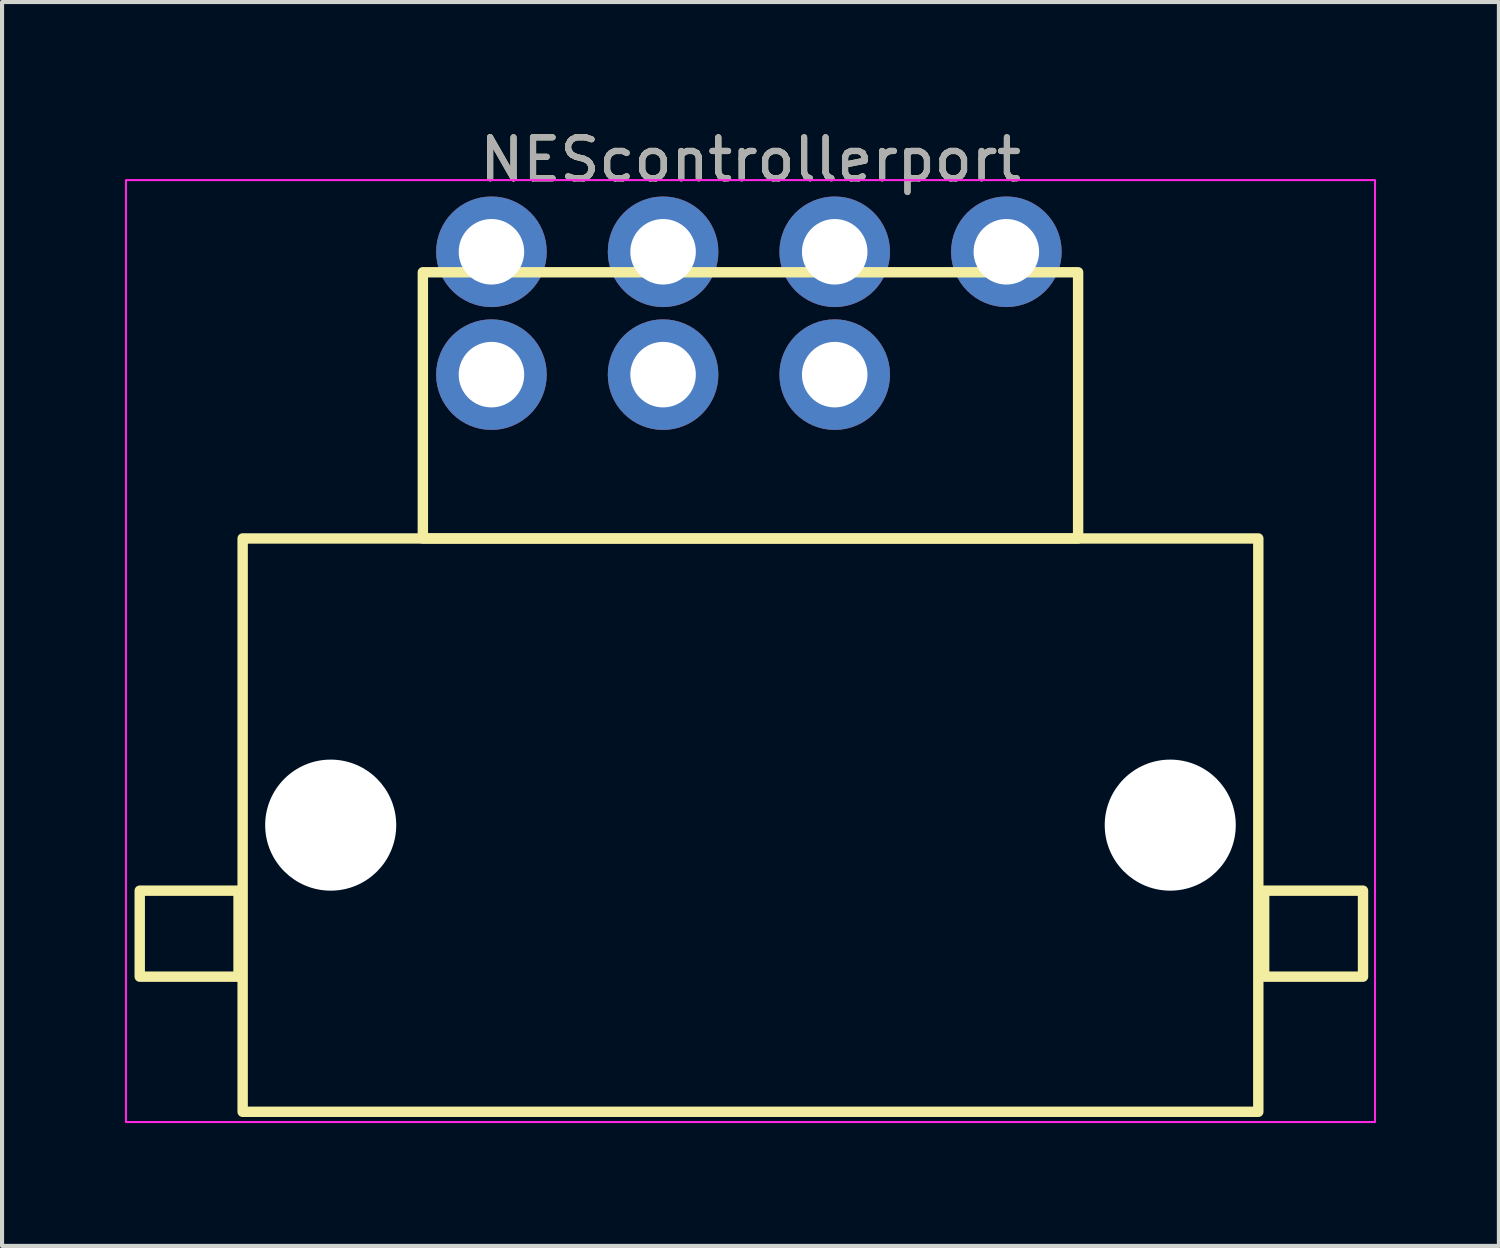
<source format=kicad_pcb>
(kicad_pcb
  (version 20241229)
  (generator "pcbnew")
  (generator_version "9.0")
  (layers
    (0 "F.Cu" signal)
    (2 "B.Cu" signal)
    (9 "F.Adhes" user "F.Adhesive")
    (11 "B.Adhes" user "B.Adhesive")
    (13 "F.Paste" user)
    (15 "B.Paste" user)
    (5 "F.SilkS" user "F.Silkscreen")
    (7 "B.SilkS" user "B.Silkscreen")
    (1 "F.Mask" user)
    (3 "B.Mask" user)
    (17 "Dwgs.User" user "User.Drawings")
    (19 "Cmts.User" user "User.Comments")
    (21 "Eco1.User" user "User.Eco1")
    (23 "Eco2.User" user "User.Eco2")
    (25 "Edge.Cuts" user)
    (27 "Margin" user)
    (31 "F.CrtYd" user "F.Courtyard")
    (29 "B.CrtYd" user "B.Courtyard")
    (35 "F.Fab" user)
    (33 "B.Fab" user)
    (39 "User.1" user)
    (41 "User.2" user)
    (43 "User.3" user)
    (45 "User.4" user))
  (footprint "NEScontrollerport"
    (layer "F.Cu")
    (at 15.275 9.848)
    (property "Reference" "NEScontrollerport" (at 0 -9 0) (unlocked yes) (layer "F.SilkS") (effects (font (size 1 1) (thickness 0.15))))
    (attr through_hole)
    (fp_rect (start -12.5 10.95) (end -14.913 8.85) (stroke (width 0.254) (type solid)) (fill no) (layer "F.SilkS"))
    (fp_rect (start -8 -6.25) (end 8 0.25) (stroke (width 0.254) (type solid)) (fill no) (layer "F.SilkS"))
    (fp_rect (start 12.4 14.25) (end -12.4 0.25) (stroke (width 0.254) (type solid)) (fill no) (layer "F.SilkS"))
    (fp_rect (start 14.957 10.95) (end 12.543 8.85) (stroke (width 0.254) (type solid)) (fill no) (layer "F.SilkS"))
    (fp_rect (start -15.25 14.5) (end 15.25 -8.5) (stroke (width 0.05) (type solid)) (fill no) (layer "F.CrtYd"))
    (fp_text user "${REFERENCE}" (at 0 -9 0) (unlocked yes) (layer "F.Fab") (effects (font (size 1 1) (thickness 0.15))))
    (pad "" np_thru_hole circle (at -10.25 7.25) (size 3.2 3.2) (drill 3.2) (layers "*.Cu" "*.Mask"))
    (pad "" thru_hole circle (at -6.325 -3.75) (size 2.7 2.7) (drill 1.6) (layers "*.Cu" "*.Mask"))
    (pad "" thru_hole circle (at -2.134 -3.75) (size 2.7 2.7) (drill 1.6) (layers "*.Cu" "*.Mask"))
    (pad "" np_thru_hole circle (at 10.25 7.25) (size 3.2 3.2) (drill 3.2) (layers "*.Cu" "*.Mask"))
    (pad "5V" thru_hole circle (at 2.057 -3.75) (size 2.7 2.7) (drill 1.6) (layers "*.Cu" "*.Mask"))
    (pad "C" thru_hole circle (at 2.057 -6.75) (size 2.7 2.7) (drill 1.6) (layers "*.Cu" "*.Mask"))
    (pad "D" thru_hole circle (at -6.325 -6.75) (size 2.7 2.7) (drill 1.6) (layers "*.Cu" "*.Mask"))
    (pad "G" thru_hole circle (at 6.248 -6.75) (size 2.7 2.7) (drill 1.6) (layers "*.Cu" "*.Mask"))
    (pad "L" thru_hole circle (at -2.134 -6.75) (size 2.7 2.7) (drill 1.6) (layers "*.Cu" "*.Mask")))
  (gr_rect
    (start -3 -3)
    (end 33.55 27.373)
    (stroke (width 0.1) (type default))
    (fill no)
    (layer "Edge.Cuts")))
</source>
